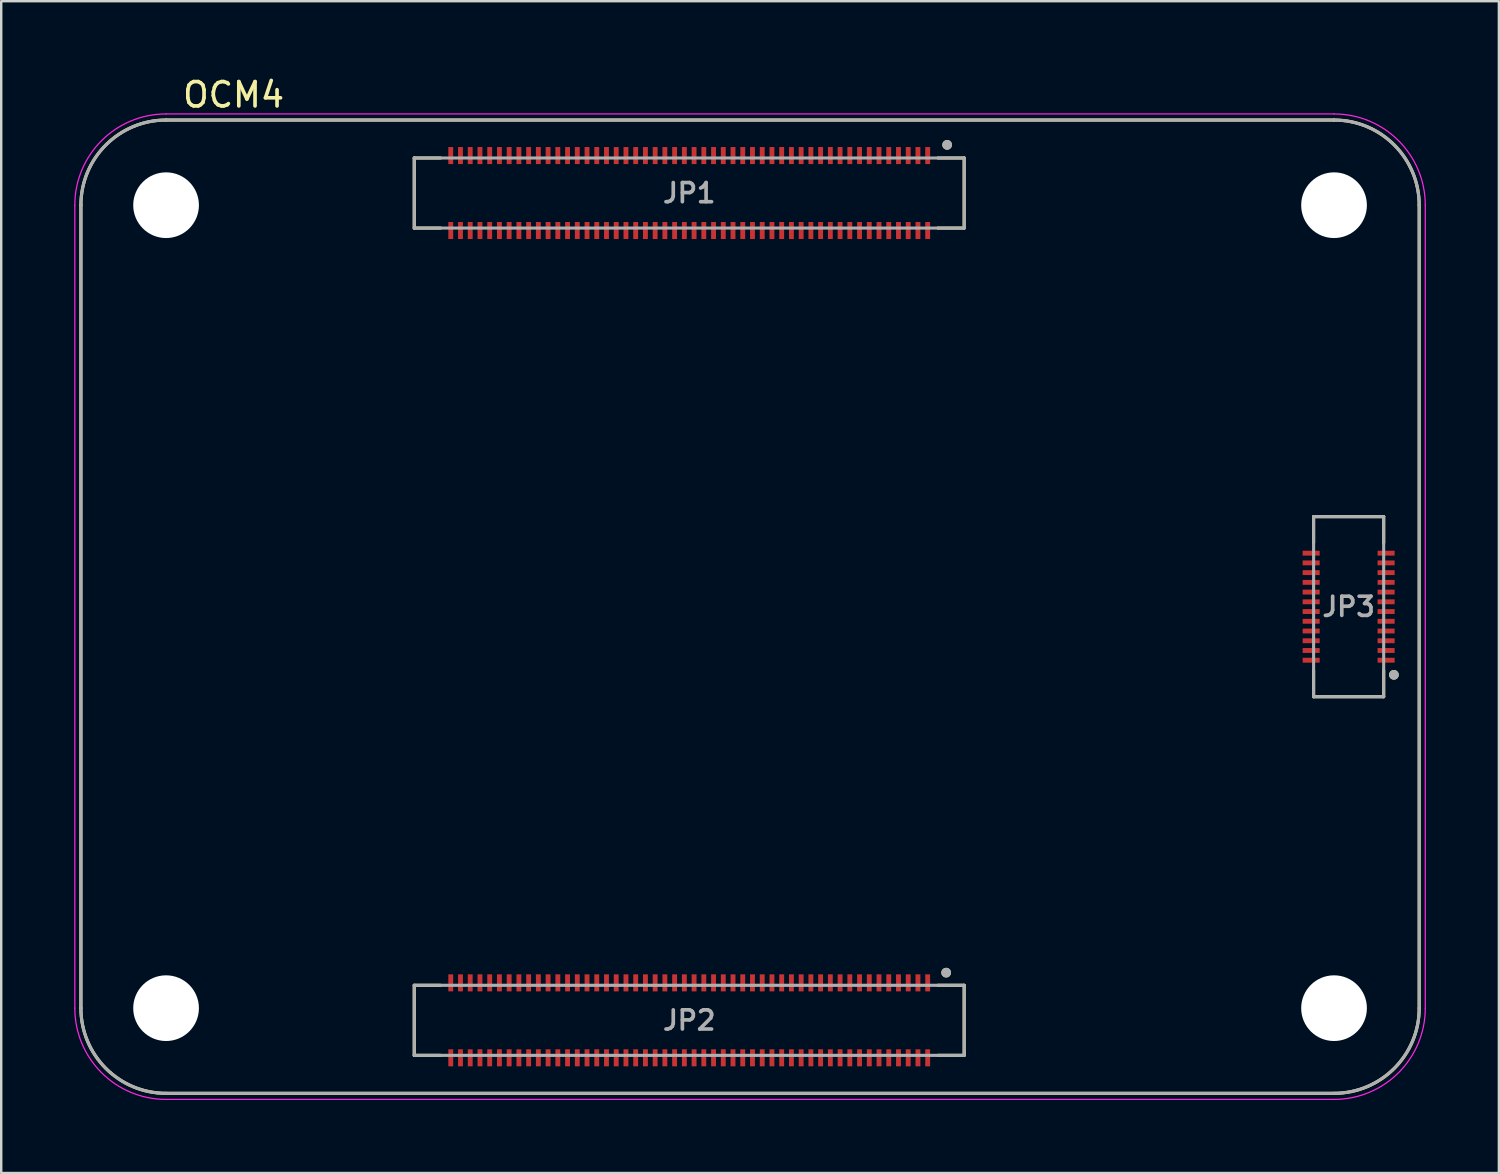
<source format=kicad_pcb>
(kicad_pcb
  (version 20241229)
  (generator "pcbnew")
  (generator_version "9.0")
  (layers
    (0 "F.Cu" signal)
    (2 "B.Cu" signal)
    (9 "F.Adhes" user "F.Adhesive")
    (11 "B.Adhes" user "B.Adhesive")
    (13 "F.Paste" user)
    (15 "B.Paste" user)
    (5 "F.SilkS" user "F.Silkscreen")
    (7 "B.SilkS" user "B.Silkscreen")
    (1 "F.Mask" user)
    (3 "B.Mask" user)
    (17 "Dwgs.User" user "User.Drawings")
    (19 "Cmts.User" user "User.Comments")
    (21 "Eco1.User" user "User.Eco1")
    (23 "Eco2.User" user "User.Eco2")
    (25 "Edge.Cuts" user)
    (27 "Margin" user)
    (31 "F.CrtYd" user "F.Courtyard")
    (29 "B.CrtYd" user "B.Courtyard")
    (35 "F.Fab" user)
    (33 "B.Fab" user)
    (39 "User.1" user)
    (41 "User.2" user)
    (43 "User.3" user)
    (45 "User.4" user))
  (footprint "OCM4"
    (layer "F.Cu")
    (at 27.775 21.883)
    (property "Reference" "OCM4" (at -21.225 -21.035 0) (layer "F.SilkS") (effects (font (size 1 1) (thickness 0.15))))
    (attr smd)
    (fp_line (start -27.5 -16.5) (end -27.5 16.5) (stroke (width 0.127) (type solid)) (layer "F.SilkS"))
    (fp_line (start -24 20) (end 24 20) (stroke (width 0.127) (type solid)) (layer "F.SilkS"))
    (fp_line (start -13.8 -18.44) (end -13.8 -15.56) (stroke (width 0.127) (type solid)) (layer "F.SilkS"))
    (fp_line (start -13.8 -15.56) (end -12.72 -15.56) (stroke (width 0.127) (type solid)) (layer "F.SilkS"))
    (fp_line (start -13.8 15.56) (end -13.8 18.44) (stroke (width 0.127) (type solid)) (layer "F.SilkS"))
    (fp_line (start -13.8 18.44) (end -12.72 18.44) (stroke (width 0.127) (type solid)) (layer "F.SilkS"))
    (fp_line (start -12.72 -18.44) (end -13.8 -18.44) (stroke (width 0.127) (type solid)) (layer "F.SilkS"))
    (fp_line (start -12.72 15.56) (end -13.8 15.56) (stroke (width 0.127) (type solid)) (layer "F.SilkS"))
    (fp_line (start 8.8 -18.44) (end 7.72 -18.44) (stroke (width 0.127) (type solid)) (layer "F.SilkS"))
    (fp_line (start 8.8 -18.44) (end 8.8 -15.56) (stroke (width 0.127) (type solid)) (layer "F.SilkS"))
    (fp_line (start 8.8 -15.56) (end 7.72 -15.56) (stroke (width 0.127) (type solid)) (layer "F.SilkS"))
    (fp_line (start 8.8 15.56) (end 7.72 15.56) (stroke (width 0.127) (type solid)) (layer "F.SilkS"))
    (fp_line (start 8.8 15.56) (end 8.8 18.44) (stroke (width 0.127) (type solid)) (layer "F.SilkS"))
    (fp_line (start 8.8 18.44) (end 7.72 18.44) (stroke (width 0.127) (type solid)) (layer "F.SilkS"))
    (fp_line (start 23.16 -3.7) (end 26.04 -3.7) (stroke (width 0.127) (type solid)) (layer "F.SilkS"))
    (fp_line (start 23.16 -2.62) (end 23.16 -3.7) (stroke (width 0.127) (type solid)) (layer "F.SilkS"))
    (fp_line (start 23.16 2.62) (end 23.16 3.7) (stroke (width 0.127) (type solid)) (layer "F.SilkS"))
    (fp_line (start 23.16 3.7) (end 26.04 3.7) (stroke (width 0.127) (type solid)) (layer "F.SilkS"))
    (fp_line (start 24 -20) (end -24 -20) (stroke (width 0.127) (type solid)) (layer "F.SilkS"))
    (fp_line (start 26.04 -3.7) (end 26.04 -2.62) (stroke (width 0.127) (type solid)) (layer "F.SilkS"))
    (fp_line (start 26.04 3.7) (end 26.04 2.62) (stroke (width 0.127) (type solid)) (layer "F.SilkS"))
    (fp_line (start 27.5 16.5) (end 27.5 -16.5) (stroke (width 0.127) (type solid)) (layer "F.SilkS"))
    (fp_arc (start -27.5 -16.5) (mid -26.474874 -18.974874) (end -24 -20) (stroke (width 0.127) (type solid)) (layer "F.SilkS"))
    (fp_arc (start -24 20) (mid -26.474874 18.974874) (end -27.5 16.5) (stroke (width 0.127) (type solid)) (layer "F.SilkS"))
    (fp_arc (start 24 -20) (mid 26.474874 -18.974874) (end 27.5 -16.5) (stroke (width 0.127) (type solid)) (layer "F.SilkS"))
    (fp_arc (start 27.5 16.5) (mid 26.474874 18.974874) (end 24 20) (stroke (width 0.127) (type solid)) (layer "F.SilkS"))
    (fp_circle (center 8.06 15.04) (end 8.16 15.04) (stroke (width 0.2) (type solid)) (fill no) (layer "F.SilkS"))
    (fp_circle (center 8.1 -18.98) (end 8.2 -18.98) (stroke (width 0.2) (type solid)) (fill no) (layer "F.SilkS"))
    (fp_circle (center 26.46 2.8) (end 26.56 2.8) (stroke (width 0.2) (type solid)) (fill no) (layer "F.SilkS"))
    (fp_poly (pts (xy -12.389 -18.853) (xy -12.21 -18.853) (xy -12.21 -18.227) (xy -12.389 -18.227)) (stroke (width 0.01) (type solid)) (fill yes) (layer "F.Paste"))
    (fp_poly (pts (xy -12.389 -15.773) (xy -12.21 -15.773) (xy -12.21 -15.147) (xy -12.389 -15.147)) (stroke (width 0.01) (type solid)) (fill yes) (layer "F.Paste"))
    (fp_poly (pts (xy -12.389 15.147) (xy -12.21 15.147) (xy -12.21 15.773) (xy -12.389 15.773)) (stroke (width 0.01) (type solid)) (fill yes) (layer "F.Paste"))
    (fp_poly (pts (xy -12.389 18.227) (xy -12.21 18.227) (xy -12.21 18.853) (xy -12.389 18.853)) (stroke (width 0.01) (type solid)) (fill yes) (layer "F.Paste"))
    (fp_poly (pts (xy -11.989 -18.853) (xy -11.81 -18.853) (xy -11.81 -18.227) (xy -11.989 -18.227)) (stroke (width 0.01) (type solid)) (fill yes) (layer "F.Paste"))
    (fp_poly (pts (xy -11.989 -15.773) (xy -11.81 -15.773) (xy -11.81 -15.147) (xy -11.989 -15.147)) (stroke (width 0.01) (type solid)) (fill yes) (layer "F.Paste"))
    (fp_poly (pts (xy -11.989 15.147) (xy -11.81 15.147) (xy -11.81 15.773) (xy -11.989 15.773)) (stroke (width 0.01) (type solid)) (fill yes) (layer "F.Paste"))
    (fp_poly (pts (xy -11.989 18.227) (xy -11.81 18.227) (xy -11.81 18.853) (xy -11.989 18.853)) (stroke (width 0.01) (type solid)) (fill yes) (layer "F.Paste"))
    (fp_poly (pts (xy -11.589 -18.853) (xy -11.411 -18.853) (xy -11.411 -18.227) (xy -11.589 -18.227)) (stroke (width 0.01) (type solid)) (fill yes) (layer "F.Paste"))
    (fp_poly (pts (xy -11.589 -15.773) (xy -11.411 -15.773) (xy -11.411 -15.147) (xy -11.589 -15.147)) (stroke (width 0.01) (type solid)) (fill yes) (layer "F.Paste"))
    (fp_poly (pts (xy -11.589 15.147) (xy -11.411 15.147) (xy -11.411 15.773) (xy -11.589 15.773)) (stroke (width 0.01) (type solid)) (fill yes) (layer "F.Paste"))
    (fp_poly (pts (xy -11.589 18.227) (xy -11.411 18.227) (xy -11.411 18.853) (xy -11.589 18.853)) (stroke (width 0.01) (type solid)) (fill yes) (layer "F.Paste"))
    (fp_poly (pts (xy -11.19 -18.853) (xy -11.011 -18.853) (xy -11.011 -18.227) (xy -11.19 -18.227)) (stroke (width 0.01) (type solid)) (fill yes) (layer "F.Paste"))
    (fp_poly (pts (xy -11.19 -15.773) (xy -11.011 -15.773) (xy -11.011 -15.147) (xy -11.19 -15.147)) (stroke (width 0.01) (type solid)) (fill yes) (layer "F.Paste"))
    (fp_poly (pts (xy -11.19 15.147) (xy -11.011 15.147) (xy -11.011 15.773) (xy -11.19 15.773)) (stroke (width 0.01) (type solid)) (fill yes) (layer "F.Paste"))
    (fp_poly (pts (xy -11.19 18.227) (xy -11.011 18.227) (xy -11.011 18.853) (xy -11.19 18.853)) (stroke (width 0.01) (type solid)) (fill yes) (layer "F.Paste"))
    (fp_poly (pts (xy -10.79 -18.853) (xy -10.611 -18.853) (xy -10.611 -18.227) (xy -10.79 -18.227)) (stroke (width 0.01) (type solid)) (fill yes) (layer "F.Paste"))
    (fp_poly (pts (xy -10.79 -15.773) (xy -10.611 -15.773) (xy -10.611 -15.147) (xy -10.79 -15.147)) (stroke (width 0.01) (type solid)) (fill yes) (layer "F.Paste"))
    (fp_poly (pts (xy -10.79 15.147) (xy -10.611 15.147) (xy -10.611 15.773) (xy -10.79 15.773)) (stroke (width 0.01) (type solid)) (fill yes) (layer "F.Paste"))
    (fp_poly (pts (xy -10.79 18.227) (xy -10.611 18.227) (xy -10.611 18.853) (xy -10.79 18.853)) (stroke (width 0.01) (type solid)) (fill yes) (layer "F.Paste"))
    (fp_poly (pts (xy -10.389 -18.853) (xy -10.21 -18.853) (xy -10.21 -18.227) (xy -10.389 -18.227)) (stroke (width 0.01) (type solid)) (fill yes) (layer "F.Paste"))
    (fp_poly (pts (xy -10.389 -15.773) (xy -10.21 -15.773) (xy -10.21 -15.147) (xy -10.389 -15.147)) (stroke (width 0.01) (type solid)) (fill yes) (layer "F.Paste"))
    (fp_poly (pts (xy -10.389 15.147) (xy -10.21 15.147) (xy -10.21 15.773) (xy -10.389 15.773)) (stroke (width 0.01) (type solid)) (fill yes) (layer "F.Paste"))
    (fp_poly (pts (xy -10.389 18.227) (xy -10.21 18.227) (xy -10.21 18.853) (xy -10.389 18.853)) (stroke (width 0.01) (type solid)) (fill yes) (layer "F.Paste"))
    (fp_poly (pts (xy -9.989 -18.853) (xy -9.81 -18.853) (xy -9.81 -18.227) (xy -9.989 -18.227)) (stroke (width 0.01) (type solid)) (fill yes) (layer "F.Paste"))
    (fp_poly (pts (xy -9.989 -15.773) (xy -9.81 -15.773) (xy -9.81 -15.147) (xy -9.989 -15.147)) (stroke (width 0.01) (type solid)) (fill yes) (layer "F.Paste"))
    (fp_poly (pts (xy -9.989 15.147) (xy -9.81 15.147) (xy -9.81 15.773) (xy -9.989 15.773)) (stroke (width 0.01) (type solid)) (fill yes) (layer "F.Paste"))
    (fp_poly (pts (xy -9.989 18.227) (xy -9.81 18.227) (xy -9.81 18.853) (xy -9.989 18.853)) (stroke (width 0.01) (type solid)) (fill yes) (layer "F.Paste"))
    (fp_poly (pts (xy -9.589 -18.853) (xy -9.411 -18.853) (xy -9.411 -18.227) (xy -9.589 -18.227)) (stroke (width 0.01) (type solid)) (fill yes) (layer "F.Paste"))
    (fp_poly (pts (xy -9.589 -15.773) (xy -9.411 -15.773) (xy -9.411 -15.147) (xy -9.589 -15.147)) (stroke (width 0.01) (type solid)) (fill yes) (layer "F.Paste"))
    (fp_poly (pts (xy -9.589 15.147) (xy -9.411 15.147) (xy -9.411 15.773) (xy -9.589 15.773)) (stroke (width 0.01) (type solid)) (fill yes) (layer "F.Paste"))
    (fp_poly (pts (xy -9.589 18.227) (xy -9.411 18.227) (xy -9.411 18.853) (xy -9.589 18.853)) (stroke (width 0.01) (type solid)) (fill yes) (layer "F.Paste"))
    (fp_poly (pts (xy -9.19 -18.853) (xy -9.011 -18.853) (xy -9.011 -18.227) (xy -9.19 -18.227)) (stroke (width 0.01) (type solid)) (fill yes) (layer "F.Paste"))
    (fp_poly (pts (xy -9.19 -15.773) (xy -9.011 -15.773) (xy -9.011 -15.147) (xy -9.19 -15.147)) (stroke (width 0.01) (type solid)) (fill yes) (layer "F.Paste"))
    (fp_poly (pts (xy -9.19 15.147) (xy -9.011 15.147) (xy -9.011 15.773) (xy -9.19 15.773)) (stroke (width 0.01) (type solid)) (fill yes) (layer "F.Paste"))
    (fp_poly (pts (xy -9.19 18.227) (xy -9.011 18.227) (xy -9.011 18.853) (xy -9.19 18.853)) (stroke (width 0.01) (type solid)) (fill yes) (layer "F.Paste"))
    (fp_poly (pts (xy -8.79 -18.853) (xy -8.611 -18.853) (xy -8.611 -18.227) (xy -8.79 -18.227)) (stroke (width 0.01) (type solid)) (fill yes) (layer "F.Paste"))
    (fp_poly (pts (xy -8.79 -15.773) (xy -8.611 -15.773) (xy -8.611 -15.147) (xy -8.79 -15.147)) (stroke (width 0.01) (type solid)) (fill yes) (layer "F.Paste"))
    (fp_poly (pts (xy -8.79 15.147) (xy -8.611 15.147) (xy -8.611 15.773) (xy -8.79 15.773)) (stroke (width 0.01) (type solid)) (fill yes) (layer "F.Paste"))
    (fp_poly (pts (xy -8.79 18.227) (xy -8.611 18.227) (xy -8.611 18.853) (xy -8.79 18.853)) (stroke (width 0.01) (type solid)) (fill yes) (layer "F.Paste"))
    (fp_poly (pts (xy -8.389 -18.853) (xy -8.21 -18.853) (xy -8.21 -18.227) (xy -8.389 -18.227)) (stroke (width 0.01) (type solid)) (fill yes) (layer "F.Paste"))
    (fp_poly (pts (xy -8.389 -15.773) (xy -8.21 -15.773) (xy -8.21 -15.147) (xy -8.389 -15.147)) (stroke (width 0.01) (type solid)) (fill yes) (layer "F.Paste"))
    (fp_poly (pts (xy -8.389 15.147) (xy -8.21 15.147) (xy -8.21 15.773) (xy -8.389 15.773)) (stroke (width 0.01) (type solid)) (fill yes) (layer "F.Paste"))
    (fp_poly (pts (xy -8.389 18.227) (xy -8.21 18.227) (xy -8.21 18.853) (xy -8.389 18.853)) (stroke (width 0.01) (type solid)) (fill yes) (layer "F.Paste"))
    (fp_poly (pts (xy -7.989 -18.853) (xy -7.811 -18.853) (xy -7.811 -18.227) (xy -7.989 -18.227)) (stroke (width 0.01) (type solid)) (fill yes) (layer "F.Paste"))
    (fp_poly (pts (xy -7.989 -15.773) (xy -7.811 -15.773) (xy -7.811 -15.147) (xy -7.989 -15.147)) (stroke (width 0.01) (type solid)) (fill yes) (layer "F.Paste"))
    (fp_poly (pts (xy -7.989 15.147) (xy -7.811 15.147) (xy -7.811 15.773) (xy -7.989 15.773)) (stroke (width 0.01) (type solid)) (fill yes) (layer "F.Paste"))
    (fp_poly (pts (xy -7.989 18.227) (xy -7.811 18.227) (xy -7.811 18.853) (xy -7.989 18.853)) (stroke (width 0.01) (type solid)) (fill yes) (layer "F.Paste"))
    (fp_poly (pts (xy -7.59 -18.853) (xy -7.41 -18.853) (xy -7.41 -18.227) (xy -7.59 -18.227)) (stroke (width 0.01) (type solid)) (fill yes) (layer "F.Paste"))
    (fp_poly (pts (xy -7.59 -15.773) (xy -7.41 -15.773) (xy -7.41 -15.147) (xy -7.59 -15.147)) (stroke (width 0.01) (type solid)) (fill yes) (layer "F.Paste"))
    (fp_poly (pts (xy -7.59 15.147) (xy -7.41 15.147) (xy -7.41 15.773) (xy -7.59 15.773)) (stroke (width 0.01) (type solid)) (fill yes) (layer "F.Paste"))
    (fp_poly (pts (xy -7.59 18.227) (xy -7.41 18.227) (xy -7.41 18.853) (xy -7.59 18.853)) (stroke (width 0.01) (type solid)) (fill yes) (layer "F.Paste"))
    (fp_poly (pts (xy -7.189 -18.853) (xy -7.011 -18.853) (xy -7.011 -18.227) (xy -7.189 -18.227)) (stroke (width 0.01) (type solid)) (fill yes) (layer "F.Paste"))
    (fp_poly (pts (xy -7.189 -15.773) (xy -7.011 -15.773) (xy -7.011 -15.147) (xy -7.189 -15.147)) (stroke (width 0.01) (type solid)) (fill yes) (layer "F.Paste"))
    (fp_poly (pts (xy -7.189 15.147) (xy -7.011 15.147) (xy -7.011 15.773) (xy -7.189 15.773)) (stroke (width 0.01) (type solid)) (fill yes) (layer "F.Paste"))
    (fp_poly (pts (xy -7.189 18.227) (xy -7.011 18.227) (xy -7.011 18.853) (xy -7.189 18.853)) (stroke (width 0.01) (type solid)) (fill yes) (layer "F.Paste"))
    (fp_poly (pts (xy -6.79 -18.853) (xy -6.611 -18.853) (xy -6.611 -18.227) (xy -6.79 -18.227)) (stroke (width 0.01) (type solid)) (fill yes) (layer "F.Paste"))
    (fp_poly (pts (xy -6.79 -15.773) (xy -6.611 -15.773) (xy -6.611 -15.147) (xy -6.79 -15.147)) (stroke (width 0.01) (type solid)) (fill yes) (layer "F.Paste"))
    (fp_poly (pts (xy -6.79 15.147) (xy -6.611 15.147) (xy -6.611 15.773) (xy -6.79 15.773)) (stroke (width 0.01) (type solid)) (fill yes) (layer "F.Paste"))
    (fp_poly (pts (xy -6.79 18.227) (xy -6.611 18.227) (xy -6.611 18.853) (xy -6.79 18.853)) (stroke (width 0.01) (type solid)) (fill yes) (layer "F.Paste"))
    (fp_poly (pts (xy -6.389 -18.853) (xy -6.21 -18.853) (xy -6.21 -18.227) (xy -6.389 -18.227)) (stroke (width 0.01) (type solid)) (fill yes) (layer "F.Paste"))
    (fp_poly (pts (xy -6.389 -15.773) (xy -6.21 -15.773) (xy -6.21 -15.147) (xy -6.389 -15.147)) (stroke (width 0.01) (type solid)) (fill yes) (layer "F.Paste"))
    (fp_poly (pts (xy -6.389 15.147) (xy -6.21 15.147) (xy -6.21 15.773) (xy -6.389 15.773)) (stroke (width 0.01) (type solid)) (fill yes) (layer "F.Paste"))
    (fp_poly (pts (xy -6.389 18.227) (xy -6.21 18.227) (xy -6.21 18.853) (xy -6.389 18.853)) (stroke (width 0.01) (type solid)) (fill yes) (layer "F.Paste"))
    (fp_poly (pts (xy -5.989 -18.853) (xy -5.811 -18.853) (xy -5.811 -18.227) (xy -5.989 -18.227)) (stroke (width 0.01) (type solid)) (fill yes) (layer "F.Paste"))
    (fp_poly (pts (xy -5.989 -15.773) (xy -5.811 -15.773) (xy -5.811 -15.147) (xy -5.989 -15.147)) (stroke (width 0.01) (type solid)) (fill yes) (layer "F.Paste"))
    (fp_poly (pts (xy -5.989 15.147) (xy -5.811 15.147) (xy -5.811 15.773) (xy -5.989 15.773)) (stroke (width 0.01) (type solid)) (fill yes) (layer "F.Paste"))
    (fp_poly (pts (xy -5.989 18.227) (xy -5.811 18.227) (xy -5.811 18.853) (xy -5.989 18.853)) (stroke (width 0.01) (type solid)) (fill yes) (layer "F.Paste"))
    (fp_poly (pts (xy -5.59 -18.853) (xy -5.41 -18.853) (xy -5.41 -18.227) (xy -5.59 -18.227)) (stroke (width 0.01) (type solid)) (fill yes) (layer "F.Paste"))
    (fp_poly (pts (xy -5.59 -15.773) (xy -5.41 -15.773) (xy -5.41 -15.147) (xy -5.59 -15.147)) (stroke (width 0.01) (type solid)) (fill yes) (layer "F.Paste"))
    (fp_poly (pts (xy -5.59 15.147) (xy -5.41 15.147) (xy -5.41 15.773) (xy -5.59 15.773)) (stroke (width 0.01) (type solid)) (fill yes) (layer "F.Paste"))
    (fp_poly (pts (xy -5.59 18.227) (xy -5.41 18.227) (xy -5.41 18.853) (xy -5.59 18.853)) (stroke (width 0.01) (type solid)) (fill yes) (layer "F.Paste"))
    (fp_poly (pts (xy -5.189 -18.853) (xy -5.011 -18.853) (xy -5.011 -18.227) (xy -5.189 -18.227)) (stroke (width 0.01) (type solid)) (fill yes) (layer "F.Paste"))
    (fp_poly (pts (xy -5.189 -15.773) (xy -5.011 -15.773) (xy -5.011 -15.147) (xy -5.189 -15.147)) (stroke (width 0.01) (type solid)) (fill yes) (layer "F.Paste"))
    (fp_poly (pts (xy -5.189 15.147) (xy -5.011 15.147) (xy -5.011 15.773) (xy -5.189 15.773)) (stroke (width 0.01) (type solid)) (fill yes) (layer "F.Paste"))
    (fp_poly (pts (xy -5.189 18.227) (xy -5.011 18.227) (xy -5.011 18.853) (xy -5.189 18.853)) (stroke (width 0.01) (type solid)) (fill yes) (layer "F.Paste"))
    (fp_poly (pts (xy -4.79 -18.853) (xy -4.611 -18.853) (xy -4.611 -18.227) (xy -4.79 -18.227)) (stroke (width 0.01) (type solid)) (fill yes) (layer "F.Paste"))
    (fp_poly (pts (xy -4.79 -15.773) (xy -4.611 -15.773) (xy -4.611 -15.147) (xy -4.79 -15.147)) (stroke (width 0.01) (type solid)) (fill yes) (layer "F.Paste"))
    (fp_poly (pts (xy -4.79 15.147) (xy -4.611 15.147) (xy -4.611 15.773) (xy -4.79 15.773)) (stroke (width 0.01) (type solid)) (fill yes) (layer "F.Paste"))
    (fp_poly (pts (xy -4.79 18.227) (xy -4.611 18.227) (xy -4.611 18.853) (xy -4.79 18.853)) (stroke (width 0.01) (type solid)) (fill yes) (layer "F.Paste"))
    (fp_poly (pts (xy -4.389 -18.853) (xy -4.21 -18.853) (xy -4.21 -18.227) (xy -4.389 -18.227)) (stroke (width 0.01) (type solid)) (fill yes) (layer "F.Paste"))
    (fp_poly (pts (xy -4.389 -15.773) (xy -4.21 -15.773) (xy -4.21 -15.147) (xy -4.389 -15.147)) (stroke (width 0.01) (type solid)) (fill yes) (layer "F.Paste"))
    (fp_poly (pts (xy -4.389 15.147) (xy -4.21 15.147) (xy -4.21 15.773) (xy -4.389 15.773)) (stroke (width 0.01) (type solid)) (fill yes) (layer "F.Paste"))
    (fp_poly (pts (xy -4.389 18.227) (xy -4.21 18.227) (xy -4.21 18.853) (xy -4.389 18.853)) (stroke (width 0.01) (type solid)) (fill yes) (layer "F.Paste"))
    (fp_poly (pts (xy -3.99 -18.853) (xy -3.811 -18.853) (xy -3.811 -18.227) (xy -3.99 -18.227)) (stroke (width 0.01) (type solid)) (fill yes) (layer "F.Paste"))
    (fp_poly (pts (xy -3.99 -15.773) (xy -3.811 -15.773) (xy -3.811 -15.147) (xy -3.99 -15.147)) (stroke (width 0.01) (type solid)) (fill yes) (layer "F.Paste"))
    (fp_poly (pts (xy -3.99 15.147) (xy -3.811 15.147) (xy -3.811 15.773) (xy -3.99 15.773)) (stroke (width 0.01) (type solid)) (fill yes) (layer "F.Paste"))
    (fp_poly (pts (xy -3.99 18.227) (xy -3.811 18.227) (xy -3.811 18.853) (xy -3.99 18.853)) (stroke (width 0.01) (type solid)) (fill yes) (layer "F.Paste"))
    (fp_poly (pts (xy -3.59 -18.853) (xy -3.41 -18.853) (xy -3.41 -18.227) (xy -3.59 -18.227)) (stroke (width 0.01) (type solid)) (fill yes) (layer "F.Paste"))
    (fp_poly (pts (xy -3.59 -15.773) (xy -3.41 -15.773) (xy -3.41 -15.147) (xy -3.59 -15.147)) (stroke (width 0.01) (type solid)) (fill yes) (layer "F.Paste"))
    (fp_poly (pts (xy -3.59 15.147) (xy -3.41 15.147) (xy -3.41 15.773) (xy -3.59 15.773)) (stroke (width 0.01) (type solid)) (fill yes) (layer "F.Paste"))
    (fp_poly (pts (xy -3.59 18.227) (xy -3.41 18.227) (xy -3.41 18.853) (xy -3.59 18.853)) (stroke (width 0.01) (type solid)) (fill yes) (layer "F.Paste"))
    (fp_poly (pts (xy -3.189 -18.853) (xy -3.01 -18.853) (xy -3.01 -18.227) (xy -3.189 -18.227)) (stroke (width 0.01) (type solid)) (fill yes) (layer "F.Paste"))
    (fp_poly (pts (xy -3.189 -15.773) (xy -3.01 -15.773) (xy -3.01 -15.147) (xy -3.189 -15.147)) (stroke (width 0.01) (type solid)) (fill yes) (layer "F.Paste"))
    (fp_poly (pts (xy -3.189 15.147) (xy -3.01 15.147) (xy -3.01 15.773) (xy -3.189 15.773)) (stroke (width 0.01) (type solid)) (fill yes) (layer "F.Paste"))
    (fp_poly (pts (xy -3.189 18.227) (xy -3.01 18.227) (xy -3.01 18.853) (xy -3.189 18.853)) (stroke (width 0.01) (type solid)) (fill yes) (layer "F.Paste"))
    (fp_poly (pts (xy -2.789 -18.853) (xy -2.611 -18.853) (xy -2.611 -18.227) (xy -2.789 -18.227)) (stroke (width 0.01) (type solid)) (fill yes) (layer "F.Paste"))
    (fp_poly (pts (xy -2.789 -15.773) (xy -2.611 -15.773) (xy -2.611 -15.147) (xy -2.789 -15.147)) (stroke (width 0.01) (type solid)) (fill yes) (layer "F.Paste"))
    (fp_poly (pts (xy -2.789 15.147) (xy -2.611 15.147) (xy -2.611 15.773) (xy -2.789 15.773)) (stroke (width 0.01) (type solid)) (fill yes) (layer "F.Paste"))
    (fp_poly (pts (xy -2.789 18.227) (xy -2.611 18.227) (xy -2.611 18.853) (xy -2.789 18.853)) (stroke (width 0.01) (type solid)) (fill yes) (layer "F.Paste"))
    (fp_poly (pts (xy -2.389 -18.853) (xy -2.211 -18.853) (xy -2.211 -18.227) (xy -2.389 -18.227)) (stroke (width 0.01) (type solid)) (fill yes) (layer "F.Paste"))
    (fp_poly (pts (xy -2.389 -15.773) (xy -2.211 -15.773) (xy -2.211 -15.147) (xy -2.389 -15.147)) (stroke (width 0.01) (type solid)) (fill yes) (layer "F.Paste"))
    (fp_poly (pts (xy -2.389 15.147) (xy -2.211 15.147) (xy -2.211 15.773) (xy -2.389 15.773)) (stroke (width 0.01) (type solid)) (fill yes) (layer "F.Paste"))
    (fp_poly (pts (xy -2.389 18.227) (xy -2.211 18.227) (xy -2.211 18.853) (xy -2.389 18.853)) (stroke (width 0.01) (type solid)) (fill yes) (layer "F.Paste"))
    (fp_poly (pts (xy -1.99 -18.853) (xy -1.81 -18.853) (xy -1.81 -18.227) (xy -1.99 -18.227)) (stroke (width 0.01) (type solid)) (fill yes) (layer "F.Paste"))
    (fp_poly (pts (xy -1.99 -15.773) (xy -1.81 -15.773) (xy -1.81 -15.147) (xy -1.99 -15.147)) (stroke (width 0.01) (type solid)) (fill yes) (layer "F.Paste"))
    (fp_poly (pts (xy -1.99 15.147) (xy -1.81 15.147) (xy -1.81 15.773) (xy -1.99 15.773)) (stroke (width 0.01) (type solid)) (fill yes) (layer "F.Paste"))
    (fp_poly (pts (xy -1.99 18.227) (xy -1.81 18.227) (xy -1.81 18.853) (xy -1.99 18.853)) (stroke (width 0.01) (type solid)) (fill yes) (layer "F.Paste"))
    (fp_poly (pts (xy -1.589 -18.853) (xy -1.411 -18.853) (xy -1.411 -18.227) (xy -1.589 -18.227)) (stroke (width 0.01) (type solid)) (fill yes) (layer "F.Paste"))
    (fp_poly (pts (xy -1.589 -15.773) (xy -1.411 -15.773) (xy -1.411 -15.147) (xy -1.589 -15.147)) (stroke (width 0.01) (type solid)) (fill yes) (layer "F.Paste"))
    (fp_poly (pts (xy -1.589 15.147) (xy -1.411 15.147) (xy -1.411 15.773) (xy -1.589 15.773)) (stroke (width 0.01) (type solid)) (fill yes) (layer "F.Paste"))
    (fp_poly (pts (xy -1.589 18.227) (xy -1.411 18.227) (xy -1.411 18.853) (xy -1.589 18.853)) (stroke (width 0.01) (type solid)) (fill yes) (layer "F.Paste"))
    (fp_poly (pts (xy -1.19 -18.853) (xy -1.01 -18.853) (xy -1.01 -18.227) (xy -1.19 -18.227)) (stroke (width 0.01) (type solid)) (fill yes) (layer "F.Paste"))
    (fp_poly (pts (xy -1.19 -15.773) (xy -1.01 -15.773) (xy -1.01 -15.147) (xy -1.19 -15.147)) (stroke (width 0.01) (type solid)) (fill yes) (layer "F.Paste"))
    (fp_poly (pts (xy -1.19 15.147) (xy -1.01 15.147) (xy -1.01 15.773) (xy -1.19 15.773)) (stroke (width 0.01) (type solid)) (fill yes) (layer "F.Paste"))
    (fp_poly (pts (xy -1.19 18.227) (xy -1.01 18.227) (xy -1.01 18.853) (xy -1.19 18.853)) (stroke (width 0.01) (type solid)) (fill yes) (layer "F.Paste"))
    (fp_poly (pts (xy -0.789 -18.853) (xy -0.611 -18.853) (xy -0.611 -18.227) (xy -0.789 -18.227)) (stroke (width 0.01) (type solid)) (fill yes) (layer "F.Paste"))
    (fp_poly (pts (xy -0.789 -15.773) (xy -0.611 -15.773) (xy -0.611 -15.147) (xy -0.789 -15.147)) (stroke (width 0.01) (type solid)) (fill yes) (layer "F.Paste"))
    (fp_poly (pts (xy -0.789 15.147) (xy -0.611 15.147) (xy -0.611 15.773) (xy -0.789 15.773)) (stroke (width 0.01) (type solid)) (fill yes) (layer "F.Paste"))
    (fp_poly (pts (xy -0.789 18.227) (xy -0.611 18.227) (xy -0.611 18.853) (xy -0.789 18.853)) (stroke (width 0.01) (type solid)) (fill yes) (layer "F.Paste"))
    (fp_poly (pts (xy -0.39 -18.853) (xy -0.21 -18.853) (xy -0.21 -18.227) (xy -0.39 -18.227)) (stroke (width 0.01) (type solid)) (fill yes) (layer "F.Paste"))
    (fp_poly (pts (xy -0.39 -15.773) (xy -0.21 -15.773) (xy -0.21 -15.147) (xy -0.39 -15.147)) (stroke (width 0.01) (type solid)) (fill yes) (layer "F.Paste"))
    (fp_poly (pts (xy -0.39 15.147) (xy -0.21 15.147) (xy -0.21 15.773) (xy -0.39 15.773)) (stroke (width 0.01) (type solid)) (fill yes) (layer "F.Paste"))
    (fp_poly (pts (xy -0.39 18.227) (xy -0.21 18.227) (xy -0.21 18.853) (xy -0.39 18.853)) (stroke (width 0.01) (type solid)) (fill yes) (layer "F.Paste"))
    (fp_poly (pts (xy 0.011 -18.853) (xy 0.19 -18.853) (xy 0.19 -18.227) (xy 0.011 -18.227)) (stroke (width 0.01) (type solid)) (fill yes) (layer "F.Paste"))
    (fp_poly (pts (xy 0.011 -15.773) (xy 0.19 -15.773) (xy 0.19 -15.147) (xy 0.011 -15.147)) (stroke (width 0.01) (type solid)) (fill yes) (layer "F.Paste"))
    (fp_poly (pts (xy 0.011 15.147) (xy 0.19 15.147) (xy 0.19 15.773) (xy 0.011 15.773)) (stroke (width 0.01) (type solid)) (fill yes) (layer "F.Paste"))
    (fp_poly (pts (xy 0.011 18.227) (xy 0.19 18.227) (xy 0.19 18.853) (xy 0.011 18.853)) (stroke (width 0.01) (type solid)) (fill yes) (layer "F.Paste"))
    (fp_poly (pts (xy 0.41 -18.853) (xy 0.59 -18.853) (xy 0.59 -18.227) (xy 0.41 -18.227)) (stroke (width 0.01) (type solid)) (fill yes) (layer "F.Paste"))
    (fp_poly (pts (xy 0.41 -15.773) (xy 0.59 -15.773) (xy 0.59 -15.147) (xy 0.41 -15.147)) (stroke (width 0.01) (type solid)) (fill yes) (layer "F.Paste"))
    (fp_poly (pts (xy 0.41 15.147) (xy 0.59 15.147) (xy 0.59 15.773) (xy 0.41 15.773)) (stroke (width 0.01) (type solid)) (fill yes) (layer "F.Paste"))
    (fp_poly (pts (xy 0.41 18.227) (xy 0.59 18.227) (xy 0.59 18.853) (xy 0.41 18.853)) (stroke (width 0.01) (type solid)) (fill yes) (layer "F.Paste"))
    (fp_poly (pts (xy 0.81 -18.853) (xy 0.99 -18.853) (xy 0.99 -18.227) (xy 0.81 -18.227)) (stroke (width 0.01) (type solid)) (fill yes) (layer "F.Paste"))
    (fp_poly (pts (xy 0.81 -15.773) (xy 0.99 -15.773) (xy 0.99 -15.147) (xy 0.81 -15.147)) (stroke (width 0.01) (type solid)) (fill yes) (layer "F.Paste"))
    (fp_poly (pts (xy 0.81 15.147) (xy 0.99 15.147) (xy 0.99 15.773) (xy 0.81 15.773)) (stroke (width 0.01) (type solid)) (fill yes) (layer "F.Paste"))
    (fp_poly (pts (xy 0.81 18.227) (xy 0.99 18.227) (xy 0.99 18.853) (xy 0.81 18.853)) (stroke (width 0.01) (type solid)) (fill yes) (layer "F.Paste"))
    (fp_poly (pts (xy 1.21 -18.853) (xy 1.389 -18.853) (xy 1.389 -18.227) (xy 1.21 -18.227)) (stroke (width 0.01) (type solid)) (fill yes) (layer "F.Paste"))
    (fp_poly (pts (xy 1.21 -15.773) (xy 1.389 -15.773) (xy 1.389 -15.147) (xy 1.21 -15.147)) (stroke (width 0.01) (type solid)) (fill yes) (layer "F.Paste"))
    (fp_poly (pts (xy 1.21 15.147) (xy 1.389 15.147) (xy 1.389 15.773) (xy 1.21 15.773)) (stroke (width 0.01) (type solid)) (fill yes) (layer "F.Paste"))
    (fp_poly (pts (xy 1.21 18.227) (xy 1.389 18.227) (xy 1.389 18.853) (xy 1.21 18.853)) (stroke (width 0.01) (type solid)) (fill yes) (layer "F.Paste"))
    (fp_poly (pts (xy 1.611 -18.853) (xy 1.79 -18.853) (xy 1.79 -18.227) (xy 1.611 -18.227)) (stroke (width 0.01) (type solid)) (fill yes) (layer "F.Paste"))
    (fp_poly (pts (xy 1.611 -15.773) (xy 1.79 -15.773) (xy 1.79 -15.147) (xy 1.611 -15.147)) (stroke (width 0.01) (type solid)) (fill yes) (layer "F.Paste"))
    (fp_poly (pts (xy 1.611 15.147) (xy 1.79 15.147) (xy 1.79 15.773) (xy 1.611 15.773)) (stroke (width 0.01) (type solid)) (fill yes) (layer "F.Paste"))
    (fp_poly (pts (xy 1.611 18.227) (xy 1.79 18.227) (xy 1.79 18.853) (xy 1.611 18.853)) (stroke (width 0.01) (type solid)) (fill yes) (layer "F.Paste"))
    (fp_poly (pts (xy 2.01 -18.853) (xy 2.189 -18.853) (xy 2.189 -18.227) (xy 2.01 -18.227)) (stroke (width 0.01) (type solid)) (fill yes) (layer "F.Paste"))
    (fp_poly (pts (xy 2.01 -15.773) (xy 2.189 -15.773) (xy 2.189 -15.147) (xy 2.01 -15.147)) (stroke (width 0.01) (type solid)) (fill yes) (layer "F.Paste"))
    (fp_poly (pts (xy 2.01 15.147) (xy 2.189 15.147) (xy 2.189 15.773) (xy 2.01 15.773)) (stroke (width 0.01) (type solid)) (fill yes) (layer "F.Paste"))
    (fp_poly (pts (xy 2.01 18.227) (xy 2.189 18.227) (xy 2.189 18.853) (xy 2.01 18.853)) (stroke (width 0.01) (type solid)) (fill yes) (layer "F.Paste"))
    (fp_poly (pts (xy 2.41 -18.853) (xy 2.59 -18.853) (xy 2.59 -18.227) (xy 2.41 -18.227)) (stroke (width 0.01) (type solid)) (fill yes) (layer "F.Paste"))
    (fp_poly (pts (xy 2.41 -15.773) (xy 2.59 -15.773) (xy 2.59 -15.147) (xy 2.41 -15.147)) (stroke (width 0.01) (type solid)) (fill yes) (layer "F.Paste"))
    (fp_poly (pts (xy 2.41 15.147) (xy 2.59 15.147) (xy 2.59 15.773) (xy 2.41 15.773)) (stroke (width 0.01) (type solid)) (fill yes) (layer "F.Paste"))
    (fp_poly (pts (xy 2.41 18.227) (xy 2.59 18.227) (xy 2.59 18.853) (xy 2.41 18.853)) (stroke (width 0.01) (type solid)) (fill yes) (layer "F.Paste"))
    (fp_poly (pts (xy 2.811 -18.853) (xy 2.99 -18.853) (xy 2.99 -18.227) (xy 2.811 -18.227)) (stroke (width 0.01) (type solid)) (fill yes) (layer "F.Paste"))
    (fp_poly (pts (xy 2.811 -15.773) (xy 2.99 -15.773) (xy 2.99 -15.147) (xy 2.811 -15.147)) (stroke (width 0.01) (type solid)) (fill yes) (layer "F.Paste"))
    (fp_poly (pts (xy 2.811 15.147) (xy 2.99 15.147) (xy 2.99 15.773) (xy 2.811 15.773)) (stroke (width 0.01) (type solid)) (fill yes) (layer "F.Paste"))
    (fp_poly (pts (xy 2.811 18.227) (xy 2.99 18.227) (xy 2.99 18.853) (xy 2.811 18.853)) (stroke (width 0.01) (type solid)) (fill yes) (layer "F.Paste"))
    (fp_poly (pts (xy 3.211 -18.853) (xy 3.389 -18.853) (xy 3.389 -18.227) (xy 3.211 -18.227)) (stroke (width 0.01) (type solid)) (fill yes) (layer "F.Paste"))
    (fp_poly (pts (xy 3.211 -15.773) (xy 3.389 -15.773) (xy 3.389 -15.147) (xy 3.211 -15.147)) (stroke (width 0.01) (type solid)) (fill yes) (layer "F.Paste"))
    (fp_poly (pts (xy 3.211 15.147) (xy 3.389 15.147) (xy 3.389 15.773) (xy 3.211 15.773)) (stroke (width 0.01) (type solid)) (fill yes) (layer "F.Paste"))
    (fp_poly (pts (xy 3.211 18.227) (xy 3.389 18.227) (xy 3.389 18.853) (xy 3.211 18.853)) (stroke (width 0.01) (type solid)) (fill yes) (layer "F.Paste"))
    (fp_poly (pts (xy 3.611 -18.853) (xy 3.789 -18.853) (xy 3.789 -18.227) (xy 3.611 -18.227)) (stroke (width 0.01) (type solid)) (fill yes) (layer "F.Paste"))
    (fp_poly (pts (xy 3.611 -15.773) (xy 3.789 -15.773) (xy 3.789 -15.147) (xy 3.611 -15.147)) (stroke (width 0.01) (type solid)) (fill yes) (layer "F.Paste"))
    (fp_poly (pts (xy 3.611 15.147) (xy 3.789 15.147) (xy 3.789 15.773) (xy 3.611 15.773)) (stroke (width 0.01) (type solid)) (fill yes) (layer "F.Paste"))
    (fp_poly (pts (xy 3.611 18.227) (xy 3.789 18.227) (xy 3.789 18.853) (xy 3.611 18.853)) (stroke (width 0.01) (type solid)) (fill yes) (layer "F.Paste"))
    (fp_poly (pts (xy 4.011 -18.853) (xy 4.189 -18.853) (xy 4.189 -18.227) (xy 4.011 -18.227)) (stroke (width 0.01) (type solid)) (fill yes) (layer "F.Paste"))
    (fp_poly (pts (xy 4.011 -15.773) (xy 4.189 -15.773) (xy 4.189 -15.147) (xy 4.011 -15.147)) (stroke (width 0.01) (type solid)) (fill yes) (layer "F.Paste"))
    (fp_poly (pts (xy 4.011 15.147) (xy 4.189 15.147) (xy 4.189 15.773) (xy 4.011 15.773)) (stroke (width 0.01) (type solid)) (fill yes) (layer "F.Paste"))
    (fp_poly (pts (xy 4.011 18.227) (xy 4.189 18.227) (xy 4.189 18.853) (xy 4.011 18.853)) (stroke (width 0.01) (type solid)) (fill yes) (layer "F.Paste"))
    (fp_poly (pts (xy 4.41 -18.853) (xy 4.59 -18.853) (xy 4.59 -18.227) (xy 4.41 -18.227)) (stroke (width 0.01) (type solid)) (fill yes) (layer "F.Paste"))
    (fp_poly (pts (xy 4.41 -15.773) (xy 4.59 -15.773) (xy 4.59 -15.147) (xy 4.41 -15.147)) (stroke (width 0.01) (type solid)) (fill yes) (layer "F.Paste"))
    (fp_poly (pts (xy 4.41 15.147) (xy 4.59 15.147) (xy 4.59 15.773) (xy 4.41 15.773)) (stroke (width 0.01) (type solid)) (fill yes) (layer "F.Paste"))
    (fp_poly (pts (xy 4.41 18.227) (xy 4.59 18.227) (xy 4.59 18.853) (xy 4.41 18.853)) (stroke (width 0.01) (type solid)) (fill yes) (layer "F.Paste"))
    (fp_poly (pts (xy 4.811 -18.853) (xy 4.989 -18.853) (xy 4.989 -18.227) (xy 4.811 -18.227)) (stroke (width 0.01) (type solid)) (fill yes) (layer "F.Paste"))
    (fp_poly (pts (xy 4.811 -15.773) (xy 4.989 -15.773) (xy 4.989 -15.147) (xy 4.811 -15.147)) (stroke (width 0.01) (type solid)) (fill yes) (layer "F.Paste"))
    (fp_poly (pts (xy 4.811 15.147) (xy 4.989 15.147) (xy 4.989 15.773) (xy 4.811 15.773)) (stroke (width 0.01) (type solid)) (fill yes) (layer "F.Paste"))
    (fp_poly (pts (xy 4.811 18.227) (xy 4.989 18.227) (xy 4.989 18.853) (xy 4.811 18.853)) (stroke (width 0.01) (type solid)) (fill yes) (layer "F.Paste"))
    (fp_poly (pts (xy 5.21 -18.853) (xy 5.389 -18.853) (xy 5.389 -18.227) (xy 5.21 -18.227)) (stroke (width 0.01) (type solid)) (fill yes) (layer "F.Paste"))
    (fp_poly (pts (xy 5.21 -15.773) (xy 5.389 -15.773) (xy 5.389 -15.147) (xy 5.21 -15.147)) (stroke (width 0.01) (type solid)) (fill yes) (layer "F.Paste"))
    (fp_poly (pts (xy 5.21 15.147) (xy 5.389 15.147) (xy 5.389 15.773) (xy 5.21 15.773)) (stroke (width 0.01) (type solid)) (fill yes) (layer "F.Paste"))
    (fp_poly (pts (xy 5.21 18.227) (xy 5.389 18.227) (xy 5.389 18.853) (xy 5.21 18.853)) (stroke (width 0.01) (type solid)) (fill yes) (layer "F.Paste"))
    (fp_poly (pts (xy 5.611 -18.853) (xy 5.79 -18.853) (xy 5.79 -18.227) (xy 5.611 -18.227)) (stroke (width 0.01) (type solid)) (fill yes) (layer "F.Paste"))
    (fp_poly (pts (xy 5.611 -15.773) (xy 5.79 -15.773) (xy 5.79 -15.147) (xy 5.611 -15.147)) (stroke (width 0.01) (type solid)) (fill yes) (layer "F.Paste"))
    (fp_poly (pts (xy 5.611 15.147) (xy 5.79 15.147) (xy 5.79 15.773) (xy 5.611 15.773)) (stroke (width 0.01) (type solid)) (fill yes) (layer "F.Paste"))
    (fp_poly (pts (xy 5.611 18.227) (xy 5.79 18.227) (xy 5.79 18.853) (xy 5.611 18.853)) (stroke (width 0.01) (type solid)) (fill yes) (layer "F.Paste"))
    (fp_poly (pts (xy 6.011 -18.853) (xy 6.189 -18.853) (xy 6.189 -18.227) (xy 6.011 -18.227)) (stroke (width 0.01) (type solid)) (fill yes) (layer "F.Paste"))
    (fp_poly (pts (xy 6.011 -15.773) (xy 6.189 -15.773) (xy 6.189 -15.147) (xy 6.011 -15.147)) (stroke (width 0.01) (type solid)) (fill yes) (layer "F.Paste"))
    (fp_poly (pts (xy 6.011 15.147) (xy 6.189 15.147) (xy 6.189 15.773) (xy 6.011 15.773)) (stroke (width 0.01) (type solid)) (fill yes) (layer "F.Paste"))
    (fp_poly (pts (xy 6.011 18.227) (xy 6.189 18.227) (xy 6.189 18.853) (xy 6.011 18.853)) (stroke (width 0.01) (type solid)) (fill yes) (layer "F.Paste"))
    (fp_poly (pts (xy 6.41 -18.853) (xy 6.59 -18.853) (xy 6.59 -18.227) (xy 6.41 -18.227)) (stroke (width 0.01) (type solid)) (fill yes) (layer "F.Paste"))
    (fp_poly (pts (xy 6.41 -15.773) (xy 6.59 -15.773) (xy 6.59 -15.147) (xy 6.41 -15.147)) (stroke (width 0.01) (type solid)) (fill yes) (layer "F.Paste"))
    (fp_poly (pts (xy 6.41 15.147) (xy 6.59 15.147) (xy 6.59 15.773) (xy 6.41 15.773)) (stroke (width 0.01) (type solid)) (fill yes) (layer "F.Paste"))
    (fp_poly (pts (xy 6.41 18.227) (xy 6.59 18.227) (xy 6.59 18.853) (xy 6.41 18.853)) (stroke (width 0.01) (type solid)) (fill yes) (layer "F.Paste"))
    (fp_poly (pts (xy 6.811 -18.853) (xy 6.989 -18.853) (xy 6.989 -18.227) (xy 6.811 -18.227)) (stroke (width 0.01) (type solid)) (fill yes) (layer "F.Paste"))
    (fp_poly (pts (xy 6.811 -15.773) (xy 6.989 -15.773) (xy 6.989 -15.147) (xy 6.811 -15.147)) (stroke (width 0.01) (type solid)) (fill yes) (layer "F.Paste"))
    (fp_poly (pts (xy 6.811 15.147) (xy 6.989 15.147) (xy 6.989 15.773) (xy 6.811 15.773)) (stroke (width 0.01) (type solid)) (fill yes) (layer "F.Paste"))
    (fp_poly (pts (xy 6.811 18.227) (xy 6.989 18.227) (xy 6.989 18.853) (xy 6.811 18.853)) (stroke (width 0.01) (type solid)) (fill yes) (layer "F.Paste"))
    (fp_poly (pts (xy 7.21 -18.853) (xy 7.389 -18.853) (xy 7.389 -18.227) (xy 7.21 -18.227)) (stroke (width 0.01) (type solid)) (fill yes) (layer "F.Paste"))
    (fp_poly (pts (xy 7.21 -15.773) (xy 7.389 -15.773) (xy 7.389 -15.147) (xy 7.21 -15.147)) (stroke (width 0.01) (type solid)) (fill yes) (layer "F.Paste"))
    (fp_poly (pts (xy 7.21 15.147) (xy 7.389 15.147) (xy 7.389 15.773) (xy 7.21 15.773)) (stroke (width 0.01) (type solid)) (fill yes) (layer "F.Paste"))
    (fp_poly (pts (xy 7.21 18.227) (xy 7.389 18.227) (xy 7.389 18.853) (xy 7.21 18.853)) (stroke (width 0.01) (type solid)) (fill yes) (layer "F.Paste"))
    (fp_poly (pts (xy 22.747 -2.289) (xy 23.373 -2.289) (xy 23.373 -2.111) (xy 22.747 -2.111)) (stroke (width 0.01) (type solid)) (fill yes) (layer "F.Paste"))
    (fp_poly (pts (xy 22.747 -1.889) (xy 23.373 -1.889) (xy 23.373 -1.71) (xy 22.747 -1.71)) (stroke (width 0.01) (type solid)) (fill yes) (layer "F.Paste"))
    (fp_poly (pts (xy 22.747 -1.49) (xy 23.373 -1.49) (xy 23.373 -1.31) (xy 22.747 -1.31)) (stroke (width 0.01) (type solid)) (fill yes) (layer "F.Paste"))
    (fp_poly (pts (xy 22.747 -1.089) (xy 23.373 -1.089) (xy 23.373 -0.91) (xy 22.747 -0.91)) (stroke (width 0.01) (type solid)) (fill yes) (layer "F.Paste"))
    (fp_poly (pts (xy 22.747 -0.69) (xy 23.373 -0.69) (xy 23.373 -0.51) (xy 22.747 -0.51)) (stroke (width 0.01) (type solid)) (fill yes) (layer "F.Paste"))
    (fp_poly (pts (xy 22.747 -0.289) (xy 23.373 -0.289) (xy 23.373 -0.111) (xy 22.747 -0.111)) (stroke (width 0.01) (type solid)) (fill yes) (layer "F.Paste"))
    (fp_poly (pts (xy 22.747 0.111) (xy 23.373 0.111) (xy 23.373 0.289) (xy 22.747 0.289)) (stroke (width 0.01) (type solid)) (fill yes) (layer "F.Paste"))
    (fp_poly (pts (xy 22.747 0.51) (xy 23.373 0.51) (xy 23.373 0.69) (xy 22.747 0.69)) (stroke (width 0.01) (type solid)) (fill yes) (layer "F.Paste"))
    (fp_poly (pts (xy 22.747 0.91) (xy 23.373 0.91) (xy 23.373 1.089) (xy 22.747 1.089)) (stroke (width 0.01) (type solid)) (fill yes) (layer "F.Paste"))
    (fp_poly (pts (xy 22.747 1.31) (xy 23.373 1.31) (xy 23.373 1.49) (xy 22.747 1.49)) (stroke (width 0.01) (type solid)) (fill yes) (layer "F.Paste"))
    (fp_poly (pts (xy 22.747 1.71) (xy 23.373 1.71) (xy 23.373 1.889) (xy 22.747 1.889)) (stroke (width 0.01) (type solid)) (fill yes) (layer "F.Paste"))
    (fp_poly (pts (xy 22.747 2.111) (xy 23.373 2.111) (xy 23.373 2.289) (xy 22.747 2.289)) (stroke (width 0.01) (type solid)) (fill yes) (layer "F.Paste"))
    (fp_poly (pts (xy 25.827 -2.289) (xy 26.453 -2.289) (xy 26.453 -2.111) (xy 25.827 -2.111)) (stroke (width 0.01) (type solid)) (fill yes) (layer "F.Paste"))
    (fp_poly (pts (xy 25.827 -1.889) (xy 26.453 -1.889) (xy 26.453 -1.71) (xy 25.827 -1.71)) (stroke (width 0.01) (type solid)) (fill yes) (layer "F.Paste"))
    (fp_poly (pts (xy 25.827 -1.49) (xy 26.453 -1.49) (xy 26.453 -1.31) (xy 25.827 -1.31)) (stroke (width 0.01) (type solid)) (fill yes) (layer "F.Paste"))
    (fp_poly (pts (xy 25.827 -1.089) (xy 26.453 -1.089) (xy 26.453 -0.91) (xy 25.827 -0.91)) (stroke (width 0.01) (type solid)) (fill yes) (layer "F.Paste"))
    (fp_poly (pts (xy 25.827 -0.69) (xy 26.453 -0.69) (xy 26.453 -0.51) (xy 25.827 -0.51)) (stroke (width 0.01) (type solid)) (fill yes) (layer "F.Paste"))
    (fp_poly (pts (xy 25.827 -0.289) (xy 26.453 -0.289) (xy 26.453 -0.111) (xy 25.827 -0.111)) (stroke (width 0.01) (type solid)) (fill yes) (layer "F.Paste"))
    (fp_poly (pts (xy 25.827 0.111) (xy 26.453 0.111) (xy 26.453 0.289) (xy 25.827 0.289)) (stroke (width 0.01) (type solid)) (fill yes) (layer "F.Paste"))
    (fp_poly (pts (xy 25.827 0.51) (xy 26.453 0.51) (xy 26.453 0.69) (xy 25.827 0.69)) (stroke (width 0.01) (type solid)) (fill yes) (layer "F.Paste"))
    (fp_poly (pts (xy 25.827 0.91) (xy 26.453 0.91) (xy 26.453 1.089) (xy 25.827 1.089)) (stroke (width 0.01) (type solid)) (fill yes) (layer "F.Paste"))
    (fp_poly (pts (xy 25.827 1.31) (xy 26.453 1.31) (xy 26.453 1.49) (xy 25.827 1.49)) (stroke (width 0.01) (type solid)) (fill yes) (layer "F.Paste"))
    (fp_poly (pts (xy 25.827 1.71) (xy 26.453 1.71) (xy 26.453 1.889) (xy 25.827 1.889)) (stroke (width 0.01) (type solid)) (fill yes) (layer "F.Paste"))
    (fp_poly (pts (xy 25.827 2.111) (xy 26.453 2.111) (xy 26.453 2.289) (xy 25.827 2.289)) (stroke (width 0.01) (type solid)) (fill yes) (layer "F.Paste"))
    (fp_line (start -27.75 -16.5) (end -27.75 16.5) (stroke (width 0.05) (type solid)) (layer "F.CrtYd"))
    (fp_line (start -24 20.25) (end 24 20.25) (stroke (width 0.05) (type solid)) (layer "F.CrtYd"))
    (fp_line (start 24 -20.25) (end -24 -20.25) (stroke (width 0.05) (type solid)) (layer "F.CrtYd"))
    (fp_line (start 27.75 16.5) (end 27.75 -16.5) (stroke (width 0.05) (type solid)) (layer "F.CrtYd"))
    (fp_arc (start -27.75 -16.5) (mid -26.65165 -19.15165) (end -24 -20.25) (stroke (width 0.05) (type solid)) (layer "F.CrtYd"))
    (fp_arc (start -24 20.25) (mid -26.65165 19.15165) (end -27.75 16.5) (stroke (width 0.05) (type solid)) (layer "F.CrtYd"))
    (fp_arc (start 24 -20.25) (mid 26.65165 -19.15165) (end 27.75 -16.5) (stroke (width 0.05) (type solid)) (layer "F.CrtYd"))
    (fp_arc (start 27.75 16.5) (mid 26.65165 19.15165) (end 24 20.25) (stroke (width 0.05) (type solid)) (layer "F.CrtYd"))
    (fp_line (start -27.5 -16.5) (end -27.5 16.5) (stroke (width 0.127) (type solid)) (layer "F.Fab"))
    (fp_line (start -24 20) (end 24 20) (stroke (width 0.127) (type solid)) (layer "F.Fab"))
    (fp_line (start -13.8 -18.44) (end 8.8 -18.44) (stroke (width 0.127) (type solid)) (layer "F.Fab"))
    (fp_line (start -13.8 -15.56) (end -13.8 -18.44) (stroke (width 0.127) (type solid)) (layer "F.Fab"))
    (fp_line (start -13.8 15.56) (end 8.8 15.56) (stroke (width 0.127) (type solid)) (layer "F.Fab"))
    (fp_line (start -13.8 18.44) (end -13.8 15.56) (stroke (width 0.127) (type solid)) (layer "F.Fab"))
    (fp_line (start 8.8 -18.44) (end 8.8 -15.56) (stroke (width 0.127) (type solid)) (layer "F.Fab"))
    (fp_line (start 8.8 -15.56) (end -13.8 -15.56) (stroke (width 0.127) (type solid)) (layer "F.Fab"))
    (fp_line (start 8.8 15.56) (end 8.8 18.44) (stroke (width 0.127) (type solid)) (layer "F.Fab"))
    (fp_line (start 8.8 18.44) (end -13.8 18.44) (stroke (width 0.127) (type solid)) (layer "F.Fab"))
    (fp_line (start 23.16 -3.7) (end 23.16 3.7) (stroke (width 0.127) (type solid)) (layer "F.Fab"))
    (fp_line (start 23.16 3.7) (end 26.04 3.7) (stroke (width 0.127) (type solid)) (layer "F.Fab"))
    (fp_line (start 24 -20) (end -24 -20) (stroke (width 0.127) (type solid)) (layer "F.Fab"))
    (fp_line (start 26.04 -3.7) (end 23.16 -3.7) (stroke (width 0.127) (type solid)) (layer "F.Fab"))
    (fp_line (start 26.04 3.7) (end 26.04 -3.7) (stroke (width 0.127) (type solid)) (layer "F.Fab"))
    (fp_line (start 27.5 16.5) (end 27.5 -16.5) (stroke (width 0.127) (type solid)) (layer "F.Fab"))
    (fp_arc (start -27.5 -16.5) (mid -26.474874 -18.974874) (end -24 -20) (stroke (width 0.127) (type solid)) (layer "F.Fab"))
    (fp_arc (start -24 20) (mid -26.474874 18.974874) (end -27.5 16.5) (stroke (width 0.127) (type solid)) (layer "F.Fab"))
    (fp_arc (start 24 -20) (mid 26.474874 -18.974874) (end 27.5 -16.5) (stroke (width 0.127) (type solid)) (layer "F.Fab"))
    (fp_arc (start 27.5 16.5) (mid 26.474874 18.974874) (end 24 20) (stroke (width 0.127) (type solid)) (layer "F.Fab"))
    (fp_circle (center 8.06 15.04) (end 8.16 15.04) (stroke (width 0.2) (type solid)) (fill no) (layer "F.Fab"))
    (fp_circle (center 8.1 -18.98) (end 8.2 -18.98) (stroke (width 0.2) (type solid)) (fill no) (layer "F.Fab"))
    (fp_circle (center 26.46 2.8) (end 26.56 2.8) (stroke (width 0.2) (type solid)) (fill no) (layer "F.Fab"))
    (fp_text user "JP1" (at -2.5 -17 0) (layer "F.Fab") (effects (font (size 0.787 0.787) (thickness 0.15))))
    (fp_text user "JP2" (at -2.5 17 0) (layer "F.Fab") (effects (font (size 0.787 0.787) (thickness 0.15))))
    (fp_text user "JP3" (at 24.6 0 0) (layer "F.Fab") (effects (font (size 0.787 0.787) (thickness 0.15))))
    (pad "" np_thru_hole circle (at -24 -16.5) (size 2.7 2.7) (drill 2.7) (layers "*.Cu" "*.Mask"))
    (pad "" np_thru_hole circle (at -24 16.5) (size 2.7 2.7) (drill 2.7) (layers "*.Cu" "*.Mask"))
    (pad "" np_thru_hole circle (at 24 -16.5) (size 2.7 2.7) (drill 2.7) (layers "*.Cu" "*.Mask"))
    (pad "" np_thru_hole circle (at 24 16.5) (size 2.7 2.7) (drill 2.7) (layers "*.Cu" "*.Mask"))
    (pad "JP1_1" smd rect (at 7.3 -18.54) (size 0.2 0.7) (layers "F.Cu" "F.Mask"))
    (pad "JP1_2" smd rect (at 7.3 -15.46) (size 0.2 0.7) (layers "F.Cu" "F.Mask"))
    (pad "JP1_3" smd rect (at 6.9 -18.54) (size 0.2 0.7) (layers "F.Cu" "F.Mask"))
    (pad "JP1_4" smd rect (at 6.9 -15.46) (size 0.2 0.7) (layers "F.Cu" "F.Mask"))
    (pad "JP1_5" smd rect (at 6.5 -18.54) (size 0.2 0.7) (layers "F.Cu" "F.Mask"))
    (pad "JP1_6" smd rect (at 6.5 -15.46) (size 0.2 0.7) (layers "F.Cu" "F.Mask"))
    (pad "JP1_7" smd rect (at 6.1 -18.54) (size 0.2 0.7) (layers "F.Cu" "F.Mask"))
    (pad "JP1_8" smd rect (at 6.1 -15.46) (size 0.2 0.7) (layers "F.Cu" "F.Mask"))
    (pad "JP1_9" smd rect (at 5.7 -18.54) (size 0.2 0.7) (layers "F.Cu" "F.Mask"))
    (pad "JP1_10" smd rect (at 5.7 -15.46) (size 0.2 0.7) (layers "F.Cu" "F.Mask"))
    (pad "JP1_11" smd rect (at 5.3 -18.54) (size 0.2 0.7) (layers "F.Cu" "F.Mask"))
    (pad "JP1_12" smd rect (at 5.3 -15.46) (size 0.2 0.7) (layers "F.Cu" "F.Mask"))
    (pad "JP1_13" smd rect (at 4.9 -18.54) (size 0.2 0.7) (layers "F.Cu" "F.Mask"))
    (pad "JP1_14" smd rect (at 4.9 -15.46) (size 0.2 0.7) (layers "F.Cu" "F.Mask"))
    (pad "JP1_15" smd rect (at 4.5 -18.54) (size 0.2 0.7) (layers "F.Cu" "F.Mask"))
    (pad "JP1_16" smd rect (at 4.5 -15.46) (size 0.2 0.7) (layers "F.Cu" "F.Mask"))
    (pad "JP1_17" smd rect (at 4.1 -18.54) (size 0.2 0.7) (layers "F.Cu" "F.Mask"))
    (pad "JP1_18" smd rect (at 4.1 -15.46) (size 0.2 0.7) (layers "F.Cu" "F.Mask"))
    (pad "JP1_19" smd rect (at 3.7 -18.54) (size 0.2 0.7) (layers "F.Cu" "F.Mask"))
    (pad "JP1_20" smd rect (at 3.7 -15.46) (size 0.2 0.7) (layers "F.Cu" "F.Mask"))
    (pad "JP1_21" smd rect (at 3.3 -18.54) (size 0.2 0.7) (layers "F.Cu" "F.Mask"))
    (pad "JP1_22" smd rect (at 3.3 -15.46) (size 0.2 0.7) (layers "F.Cu" "F.Mask"))
    (pad "JP1_23" smd rect (at 2.9 -18.54) (size 0.2 0.7) (layers "F.Cu" "F.Mask"))
    (pad "JP1_24" smd rect (at 2.9 -15.46) (size 0.2 0.7) (layers "F.Cu" "F.Mask"))
    (pad "JP1_25" smd rect (at 2.5 -18.54) (size 0.2 0.7) (layers "F.Cu" "F.Mask"))
    (pad "JP1_26" smd rect (at 2.5 -15.46) (size 0.2 0.7) (layers "F.Cu" "F.Mask"))
    (pad "JP1_27" smd rect (at 2.1 -18.54) (size 0.2 0.7) (layers "F.Cu" "F.Mask"))
    (pad "JP1_28" smd rect (at 2.1 -15.46) (size 0.2 0.7) (layers "F.Cu" "F.Mask"))
    (pad "JP1_29" smd rect (at 1.7 -18.54) (size 0.2 0.7) (layers "F.Cu" "F.Mask"))
    (pad "JP1_30" smd rect (at 1.7 -15.46) (size 0.2 0.7) (layers "F.Cu" "F.Mask"))
    (pad "JP1_31" smd rect (at 1.3 -18.54) (size 0.2 0.7) (layers "F.Cu" "F.Mask"))
    (pad "JP1_32" smd rect (at 1.3 -15.46) (size 0.2 0.7) (layers "F.Cu" "F.Mask"))
    (pad "JP1_33" smd rect (at 0.9 -18.54) (size 0.2 0.7) (layers "F.Cu" "F.Mask"))
    (pad "JP1_34" smd rect (at 0.9 -15.46) (size 0.2 0.7) (layers "F.Cu" "F.Mask"))
    (pad "JP1_35" smd rect (at 0.5 -18.54) (size 0.2 0.7) (layers "F.Cu" "F.Mask"))
    (pad "JP1_36" smd rect (at 0.5 -15.46) (size 0.2 0.7) (layers "F.Cu" "F.Mask"))
    (pad "JP1_37" smd rect (at 0.1 -18.54) (size 0.2 0.7) (layers "F.Cu" "F.Mask"))
    (pad "JP1_38" smd rect (at 0.1 -15.46) (size 0.2 0.7) (layers "F.Cu" "F.Mask"))
    (pad "JP1_39" smd rect (at -0.3 -18.54) (size 0.2 0.7) (layers "F.Cu" "F.Mask"))
    (pad "JP1_40" smd rect (at -0.3 -15.46) (size 0.2 0.7) (layers "F.Cu" "F.Mask"))
    (pad "JP1_41" smd rect (at -0.7 -18.54) (size 0.2 0.7) (layers "F.Cu" "F.Mask"))
    (pad "JP1_42" smd rect (at -0.7 -15.46) (size 0.2 0.7) (layers "F.Cu" "F.Mask"))
    (pad "JP1_43" smd rect (at -1.1 -18.54) (size 0.2 0.7) (layers "F.Cu" "F.Mask"))
    (pad "JP1_44" smd rect (at -1.1 -15.46) (size 0.2 0.7) (layers "F.Cu" "F.Mask"))
    (pad "JP1_45" smd rect (at -1.5 -18.54) (size 0.2 0.7) (layers "F.Cu" "F.Mask"))
    (pad "JP1_46" smd rect (at -1.5 -15.46) (size 0.2 0.7) (layers "F.Cu" "F.Mask"))
    (pad "JP1_47" smd rect (at -1.9 -18.54) (size 0.2 0.7) (layers "F.Cu" "F.Mask"))
    (pad "JP1_48" smd rect (at -1.9 -15.46) (size 0.2 0.7) (layers "F.Cu" "F.Mask"))
    (pad "JP1_49" smd rect (at -2.3 -18.54) (size 0.2 0.7) (layers "F.Cu" "F.Mask"))
    (pad "JP1_50" smd rect (at -2.3 -15.46) (size 0.2 0.7) (layers "F.Cu" "F.Mask"))
    (pad "JP1_51" smd rect (at -2.7 -18.54) (size 0.2 0.7) (layers "F.Cu" "F.Mask"))
    (pad "JP1_52" smd rect (at -2.7 -15.46) (size 0.2 0.7) (layers "F.Cu" "F.Mask"))
    (pad "JP1_53" smd rect (at -3.1 -18.54) (size 0.2 0.7) (layers "F.Cu" "F.Mask"))
    (pad "JP1_54" smd rect (at -3.1 -15.46) (size 0.2 0.7) (layers "F.Cu" "F.Mask"))
    (pad "JP1_55" smd rect (at -3.5 -18.54) (size 0.2 0.7) (layers "F.Cu" "F.Mask"))
    (pad "JP1_56" smd rect (at -3.5 -15.46) (size 0.2 0.7) (layers "F.Cu" "F.Mask"))
    (pad "JP1_57" smd rect (at -3.9 -18.54) (size 0.2 0.7) (layers "F.Cu" "F.Mask"))
    (pad "JP1_58" smd rect (at -3.9 -15.46) (size 0.2 0.7) (layers "F.Cu" "F.Mask"))
    (pad "JP1_59" smd rect (at -4.3 -18.54) (size 0.2 0.7) (layers "F.Cu" "F.Mask"))
    (pad "JP1_60" smd rect (at -4.3 -15.46) (size 0.2 0.7) (layers "F.Cu" "F.Mask"))
    (pad "JP1_61" smd rect (at -4.7 -18.54) (size 0.2 0.7) (layers "F.Cu" "F.Mask"))
    (pad "JP1_62" smd rect (at -4.7 -15.46) (size 0.2 0.7) (layers "F.Cu" "F.Mask"))
    (pad "JP1_63" smd rect (at -5.1 -18.54) (size 0.2 0.7) (layers "F.Cu" "F.Mask"))
    (pad "JP1_64" smd rect (at -5.1 -15.46) (size 0.2 0.7) (layers "F.Cu" "F.Mask"))
    (pad "JP1_65" smd rect (at -5.5 -18.54) (size 0.2 0.7) (layers "F.Cu" "F.Mask"))
    (pad "JP1_66" smd rect (at -5.5 -15.46) (size 0.2 0.7) (layers "F.Cu" "F.Mask"))
    (pad "JP1_67" smd rect (at -5.9 -18.54) (size 0.2 0.7) (layers "F.Cu" "F.Mask"))
    (pad "JP1_68" smd rect (at -5.9 -15.46) (size 0.2 0.7) (layers "F.Cu" "F.Mask"))
    (pad "JP1_69" smd rect (at -6.3 -18.54) (size 0.2 0.7) (layers "F.Cu" "F.Mask"))
    (pad "JP1_70" smd rect (at -6.3 -15.46) (size 0.2 0.7) (layers "F.Cu" "F.Mask"))
    (pad "JP1_71" smd rect (at -6.7 -18.54) (size 0.2 0.7) (layers "F.Cu" "F.Mask"))
    (pad "JP1_72" smd rect (at -6.7 -15.46) (size 0.2 0.7) (layers "F.Cu" "F.Mask"))
    (pad "JP1_73" smd rect (at -7.1 -18.54) (size 0.2 0.7) (layers "F.Cu" "F.Mask"))
    (pad "JP1_74" smd rect (at -7.1 -15.46) (size 0.2 0.7) (layers "F.Cu" "F.Mask"))
    (pad "JP1_75" smd rect (at -7.5 -18.54) (size 0.2 0.7) (layers "F.Cu" "F.Mask"))
    (pad "JP1_76" smd rect (at -7.5 -15.46) (size 0.2 0.7) (layers "F.Cu" "F.Mask"))
    (pad "JP1_77" smd rect (at -7.9 -18.54) (size 0.2 0.7) (layers "F.Cu" "F.Mask"))
    (pad "JP1_78" smd rect (at -7.9 -15.46) (size 0.2 0.7) (layers "F.Cu" "F.Mask"))
    (pad "JP1_79" smd rect (at -8.3 -18.54) (size 0.2 0.7) (layers "F.Cu" "F.Mask"))
    (pad "JP1_80" smd rect (at -8.3 -15.46) (size 0.2 0.7) (layers "F.Cu" "F.Mask"))
    (pad "JP1_81" smd rect (at -8.7 -18.54) (size 0.2 0.7) (layers "F.Cu" "F.Mask"))
    (pad "JP1_82" smd rect (at -8.7 -15.46) (size 0.2 0.7) (layers "F.Cu" "F.Mask"))
    (pad "JP1_83" smd rect (at -9.1 -18.54) (size 0.2 0.7) (layers "F.Cu" "F.Mask"))
    (pad "JP1_84" smd rect (at -9.1 -15.46) (size 0.2 0.7) (layers "F.Cu" "F.Mask"))
    (pad "JP1_85" smd rect (at -9.5 -18.54) (size 0.2 0.7) (layers "F.Cu" "F.Mask"))
    (pad "JP1_86" smd rect (at -9.5 -15.46) (size 0.2 0.7) (layers "F.Cu" "F.Mask"))
    (pad "JP1_87" smd rect (at -9.9 -18.54) (size 0.2 0.7) (layers "F.Cu" "F.Mask"))
    (pad "JP1_88" smd rect (at -9.9 -15.46) (size 0.2 0.7) (layers "F.Cu" "F.Mask"))
    (pad "JP1_89" smd rect (at -10.3 -18.54) (size 0.2 0.7) (layers "F.Cu" "F.Mask"))
    (pad "JP1_90" smd rect (at -10.3 -15.46) (size 0.2 0.7) (layers "F.Cu" "F.Mask"))
    (pad "JP1_91" smd rect (at -10.7 -18.54) (size 0.2 0.7) (layers "F.Cu" "F.Mask"))
    (pad "JP1_92" smd rect (at -10.7 -15.46) (size 0.2 0.7) (layers "F.Cu" "F.Mask"))
    (pad "JP1_93" smd rect (at -11.1 -18.54) (size 0.2 0.7) (layers "F.Cu" "F.Mask"))
    (pad "JP1_94" smd rect (at -11.1 -15.46) (size 0.2 0.7) (layers "F.Cu" "F.Mask"))
    (pad "JP1_95" smd rect (at -11.5 -18.54) (size 0.2 0.7) (layers "F.Cu" "F.Mask"))
    (pad "JP1_96" smd rect (at -11.5 -15.46) (size 0.2 0.7) (layers "F.Cu" "F.Mask"))
    (pad "JP1_97" smd rect (at -11.9 -18.54) (size 0.2 0.7) (layers "F.Cu" "F.Mask"))
    (pad "JP1_98" smd rect (at -11.9 -15.46) (size 0.2 0.7) (layers "F.Cu" "F.Mask"))
    (pad "JP1_99" smd rect (at -12.3 -18.54) (size 0.2 0.7) (layers "F.Cu" "F.Mask"))
    (pad "JP1_100" smd rect (at -12.3 -15.46) (size 0.2 0.7) (layers "F.Cu" "F.Mask"))
    (pad "JP2_1" smd rect (at 7.3 15.46) (size 0.2 0.7) (layers "F.Cu" "F.Mask"))
    (pad "JP2_2" smd rect (at 7.3 18.54) (size 0.2 0.7) (layers "F.Cu" "F.Mask"))
    (pad "JP2_3" smd rect (at 6.9 15.46) (size 0.2 0.7) (layers "F.Cu" "F.Mask"))
    (pad "JP2_4" smd rect (at 6.9 18.54) (size 0.2 0.7) (layers "F.Cu" "F.Mask"))
    (pad "JP2_5" smd rect (at 6.5 15.46) (size 0.2 0.7) (layers "F.Cu" "F.Mask"))
    (pad "JP2_6" smd rect (at 6.5 18.54) (size 0.2 0.7) (layers "F.Cu" "F.Mask"))
    (pad "JP2_7" smd rect (at 6.1 15.46) (size 0.2 0.7) (layers "F.Cu" "F.Mask"))
    (pad "JP2_8" smd rect (at 6.1 18.54) (size 0.2 0.7) (layers "F.Cu" "F.Mask"))
    (pad "JP2_9" smd rect (at 5.7 15.46) (size 0.2 0.7) (layers "F.Cu" "F.Mask"))
    (pad "JP2_10" smd rect (at 5.7 18.54) (size 0.2 0.7) (layers "F.Cu" "F.Mask"))
    (pad "JP2_11" smd rect (at 5.3 15.46) (size 0.2 0.7) (layers "F.Cu" "F.Mask"))
    (pad "JP2_12" smd rect (at 5.3 18.54) (size 0.2 0.7) (layers "F.Cu" "F.Mask"))
    (pad "JP2_13" smd rect (at 4.9 15.46) (size 0.2 0.7) (layers "F.Cu" "F.Mask"))
    (pad "JP2_14" smd rect (at 4.9 18.54) (size 0.2 0.7) (layers "F.Cu" "F.Mask"))
    (pad "JP2_15" smd rect (at 4.5 15.46) (size 0.2 0.7) (layers "F.Cu" "F.Mask"))
    (pad "JP2_16" smd rect (at 4.5 18.54) (size 0.2 0.7) (layers "F.Cu" "F.Mask"))
    (pad "JP2_17" smd rect (at 4.1 15.46) (size 0.2 0.7) (layers "F.Cu" "F.Mask"))
    (pad "JP2_18" smd rect (at 4.1 18.54) (size 0.2 0.7) (layers "F.Cu" "F.Mask"))
    (pad "JP2_19" smd rect (at 3.7 15.46) (size 0.2 0.7) (layers "F.Cu" "F.Mask"))
    (pad "JP2_20" smd rect (at 3.7 18.54) (size 0.2 0.7) (layers "F.Cu" "F.Mask"))
    (pad "JP2_21" smd rect (at 3.3 15.46) (size 0.2 0.7) (layers "F.Cu" "F.Mask"))
    (pad "JP2_22" smd rect (at 3.3 18.54) (size 0.2 0.7) (layers "F.Cu" "F.Mask"))
    (pad "JP2_23" smd rect (at 2.9 15.46) (size 0.2 0.7) (layers "F.Cu" "F.Mask"))
    (pad "JP2_24" smd rect (at 2.9 18.54) (size 0.2 0.7) (layers "F.Cu" "F.Mask"))
    (pad "JP2_25" smd rect (at 2.5 15.46) (size 0.2 0.7) (layers "F.Cu" "F.Mask"))
    (pad "JP2_26" smd rect (at 2.5 18.54) (size 0.2 0.7) (layers "F.Cu" "F.Mask"))
    (pad "JP2_27" smd rect (at 2.1 15.46) (size 0.2 0.7) (layers "F.Cu" "F.Mask"))
    (pad "JP2_28" smd rect (at 2.1 18.54) (size 0.2 0.7) (layers "F.Cu" "F.Mask"))
    (pad "JP2_29" smd rect (at 1.7 15.46) (size 0.2 0.7) (layers "F.Cu" "F.Mask"))
    (pad "JP2_30" smd rect (at 1.7 18.54) (size 0.2 0.7) (layers "F.Cu" "F.Mask"))
    (pad "JP2_31" smd rect (at 1.3 15.46) (size 0.2 0.7) (layers "F.Cu" "F.Mask"))
    (pad "JP2_32" smd rect (at 1.3 18.54) (size 0.2 0.7) (layers "F.Cu" "F.Mask"))
    (pad "JP2_33" smd rect (at 0.9 15.46) (size 0.2 0.7) (layers "F.Cu" "F.Mask"))
    (pad "JP2_34" smd rect (at 0.9 18.54) (size 0.2 0.7) (layers "F.Cu" "F.Mask"))
    (pad "JP2_35" smd rect (at 0.5 15.46) (size 0.2 0.7) (layers "F.Cu" "F.Mask"))
    (pad "JP2_36" smd rect (at 0.5 18.54) (size 0.2 0.7) (layers "F.Cu" "F.Mask"))
    (pad "JP2_37" smd rect (at 0.1 15.46) (size 0.2 0.7) (layers "F.Cu" "F.Mask"))
    (pad "JP2_38" smd rect (at 0.1 18.54) (size 0.2 0.7) (layers "F.Cu" "F.Mask"))
    (pad "JP2_39" smd rect (at -0.3 15.46) (size 0.2 0.7) (layers "F.Cu" "F.Mask"))
    (pad "JP2_40" smd rect (at -0.3 18.54) (size 0.2 0.7) (layers "F.Cu" "F.Mask"))
    (pad "JP2_41" smd rect (at -0.7 15.46) (size 0.2 0.7) (layers "F.Cu" "F.Mask"))
    (pad "JP2_42" smd rect (at -0.7 18.54) (size 0.2 0.7) (layers "F.Cu" "F.Mask"))
    (pad "JP2_43" smd rect (at -1.1 15.46) (size 0.2 0.7) (layers "F.Cu" "F.Mask"))
    (pad "JP2_44" smd rect (at -1.1 18.54) (size 0.2 0.7) (layers "F.Cu" "F.Mask"))
    (pad "JP2_45" smd rect (at -1.5 15.46) (size 0.2 0.7) (layers "F.Cu" "F.Mask"))
    (pad "JP2_46" smd rect (at -1.5 18.54) (size 0.2 0.7) (layers "F.Cu" "F.Mask"))
    (pad "JP2_47" smd rect (at -1.9 15.46) (size 0.2 0.7) (layers "F.Cu" "F.Mask"))
    (pad "JP2_48" smd rect (at -1.9 18.54) (size 0.2 0.7) (layers "F.Cu" "F.Mask"))
    (pad "JP2_49" smd rect (at -2.3 15.46) (size 0.2 0.7) (layers "F.Cu" "F.Mask"))
    (pad "JP2_50" smd rect (at -2.3 18.54) (size 0.2 0.7) (layers "F.Cu" "F.Mask"))
    (pad "JP2_51" smd rect (at -2.7 15.46) (size 0.2 0.7) (layers "F.Cu" "F.Mask"))
    (pad "JP2_52" smd rect (at -2.7 18.54) (size 0.2 0.7) (layers "F.Cu" "F.Mask"))
    (pad "JP2_53" smd rect (at -3.1 15.46) (size 0.2 0.7) (layers "F.Cu" "F.Mask"))
    (pad "JP2_54" smd rect (at -3.1 18.54) (size 0.2 0.7) (layers "F.Cu" "F.Mask"))
    (pad "JP2_55" smd rect (at -3.5 15.46) (size 0.2 0.7) (layers "F.Cu" "F.Mask"))
    (pad "JP2_56" smd rect (at -3.5 18.54) (size 0.2 0.7) (layers "F.Cu" "F.Mask"))
    (pad "JP2_57" smd rect (at -3.9 15.46) (size 0.2 0.7) (layers "F.Cu" "F.Mask"))
    (pad "JP2_58" smd rect (at -3.9 18.54) (size 0.2 0.7) (layers "F.Cu" "F.Mask"))
    (pad "JP2_59" smd rect (at -4.3 15.46) (size 0.2 0.7) (layers "F.Cu" "F.Mask"))
    (pad "JP2_60" smd rect (at -4.3 18.54) (size 0.2 0.7) (layers "F.Cu" "F.Mask"))
    (pad "JP2_61" smd rect (at -4.7 15.46) (size 0.2 0.7) (layers "F.Cu" "F.Mask"))
    (pad "JP2_62" smd rect (at -4.7 18.54) (size 0.2 0.7) (layers "F.Cu" "F.Mask"))
    (pad "JP2_63" smd rect (at -5.1 15.46) (size 0.2 0.7) (layers "F.Cu" "F.Mask"))
    (pad "JP2_64" smd rect (at -5.1 18.54) (size 0.2 0.7) (layers "F.Cu" "F.Mask"))
    (pad "JP2_65" smd rect (at -5.5 15.46) (size 0.2 0.7) (layers "F.Cu" "F.Mask"))
    (pad "JP2_66" smd rect (at -5.5 18.54) (size 0.2 0.7) (layers "F.Cu" "F.Mask"))
    (pad "JP2_67" smd rect (at -5.9 15.46) (size 0.2 0.7) (layers "F.Cu" "F.Mask"))
    (pad "JP2_68" smd rect (at -5.9 18.54) (size 0.2 0.7) (layers "F.Cu" "F.Mask"))
    (pad "JP2_69" smd rect (at -6.3 15.46) (size 0.2 0.7) (layers "F.Cu" "F.Mask"))
    (pad "JP2_70" smd rect (at -6.3 18.54) (size 0.2 0.7) (layers "F.Cu" "F.Mask"))
    (pad "JP2_71" smd rect (at -6.7 15.46) (size 0.2 0.7) (layers "F.Cu" "F.Mask"))
    (pad "JP2_72" smd rect (at -6.7 18.54) (size 0.2 0.7) (layers "F.Cu" "F.Mask"))
    (pad "JP2_73" smd rect (at -7.1 15.46) (size 0.2 0.7) (layers "F.Cu" "F.Mask"))
    (pad "JP2_74" smd rect (at -7.1 18.54) (size 0.2 0.7) (layers "F.Cu" "F.Mask"))
    (pad "JP2_75" smd rect (at -7.5 15.46) (size 0.2 0.7) (layers "F.Cu" "F.Mask"))
    (pad "JP2_76" smd rect (at -7.5 18.54) (size 0.2 0.7) (layers "F.Cu" "F.Mask"))
    (pad "JP2_77" smd rect (at -7.9 15.46) (size 0.2 0.7) (layers "F.Cu" "F.Mask"))
    (pad "JP2_78" smd rect (at -7.9 18.54) (size 0.2 0.7) (layers "F.Cu" "F.Mask"))
    (pad "JP2_79" smd rect (at -8.3 15.46) (size 0.2 0.7) (layers "F.Cu" "F.Mask"))
    (pad "JP2_80" smd rect (at -8.3 18.54) (size 0.2 0.7) (layers "F.Cu" "F.Mask"))
    (pad "JP2_81" smd rect (at -8.7 15.46) (size 0.2 0.7) (layers "F.Cu" "F.Mask"))
    (pad "JP2_82" smd rect (at -8.7 18.54) (size 0.2 0.7) (layers "F.Cu" "F.Mask"))
    (pad "JP2_83" smd rect (at -9.1 15.46) (size 0.2 0.7) (layers "F.Cu" "F.Mask"))
    (pad "JP2_84" smd rect (at -9.1 18.54) (size 0.2 0.7) (layers "F.Cu" "F.Mask"))
    (pad "JP2_85" smd rect (at -9.5 15.46) (size 0.2 0.7) (layers "F.Cu" "F.Mask"))
    (pad "JP2_86" smd rect (at -9.5 18.54) (size 0.2 0.7) (layers "F.Cu" "F.Mask"))
    (pad "JP2_87" smd rect (at -9.9 15.46) (size 0.2 0.7) (layers "F.Cu" "F.Mask"))
    (pad "JP2_88" smd rect (at -9.9 18.54) (size 0.2 0.7) (layers "F.Cu" "F.Mask"))
    (pad "JP2_89" smd rect (at -10.3 15.46) (size 0.2 0.7) (layers "F.Cu" "F.Mask"))
    (pad "JP2_90" smd rect (at -10.3 18.54) (size 0.2 0.7) (layers "F.Cu" "F.Mask"))
    (pad "JP2_91" smd rect (at -10.7 15.46) (size 0.2 0.7) (layers "F.Cu" "F.Mask"))
    (pad "JP2_92" smd rect (at -10.7 18.54) (size 0.2 0.7) (layers "F.Cu" "F.Mask"))
    (pad "JP2_93" smd rect (at -11.1 15.46) (size 0.2 0.7) (layers "F.Cu" "F.Mask"))
    (pad "JP2_94" smd rect (at -11.1 18.54) (size 0.2 0.7) (layers "F.Cu" "F.Mask"))
    (pad "JP2_95" smd rect (at -11.5 15.46) (size 0.2 0.7) (layers "F.Cu" "F.Mask"))
    (pad "JP2_96" smd rect (at -11.5 18.54) (size 0.2 0.7) (layers "F.Cu" "F.Mask"))
    (pad "JP2_97" smd rect (at -11.9 15.46) (size 0.2 0.7) (layers "F.Cu" "F.Mask"))
    (pad "JP2_98" smd rect (at -11.9 18.54) (size 0.2 0.7) (layers "F.Cu" "F.Mask"))
    (pad "JP2_99" smd rect (at -12.3 15.46) (size 0.2 0.7) (layers "F.Cu" "F.Mask"))
    (pad "JP2_100" smd rect (at -12.3 18.54) (size 0.2 0.7) (layers "F.Cu" "F.Mask"))
    (pad "JP3_1" smd rect (at 26.14 2.2) (size 0.7 0.2) (layers "F.Cu" "F.Mask"))
    (pad "JP3_2" smd rect (at 23.06 2.2) (size 0.7 0.2) (layers "F.Cu" "F.Mask"))
    (pad "JP3_3" smd rect (at 26.14 1.8) (size 0.7 0.2) (layers "F.Cu" "F.Mask"))
    (pad "JP3_4" smd rect (at 23.06 1.8) (size 0.7 0.2) (layers "F.Cu" "F.Mask"))
    (pad "JP3_5" smd rect (at 26.14 1.4) (size 0.7 0.2) (layers "F.Cu" "F.Mask"))
    (pad "JP3_6" smd rect (at 23.06 1.4) (size 0.7 0.2) (layers "F.Cu" "F.Mask"))
    (pad "JP3_7" smd rect (at 26.14 1) (size 0.7 0.2) (layers "F.Cu" "F.Mask"))
    (pad "JP3_8" smd rect (at 23.06 1) (size 0.7 0.2) (layers "F.Cu" "F.Mask"))
    (pad "JP3_9" smd rect (at 26.14 0.6) (size 0.7 0.2) (layers "F.Cu" "F.Mask"))
    (pad "JP3_10" smd rect (at 23.06 0.6) (size 0.7 0.2) (layers "F.Cu" "F.Mask"))
    (pad "JP3_11" smd rect (at 26.14 0.2) (size 0.7 0.2) (layers "F.Cu" "F.Mask"))
    (pad "JP3_12" smd rect (at 23.06 0.2) (size 0.7 0.2) (layers "F.Cu" "F.Mask"))
    (pad "JP3_13" smd rect (at 26.14 -0.2) (size 0.7 0.2) (layers "F.Cu" "F.Mask"))
    (pad "JP3_14" smd rect (at 23.06 -0.2) (size 0.7 0.2) (layers "F.Cu" "F.Mask"))
    (pad "JP3_15" smd rect (at 26.14 -0.6) (size 0.7 0.2) (layers "F.Cu" "F.Mask"))
    (pad "JP3_16" smd rect (at 23.06 -0.6) (size 0.7 0.2) (layers "F.Cu" "F.Mask"))
    (pad "JP3_17" smd rect (at 26.14 -1) (size 0.7 0.2) (layers "F.Cu" "F.Mask"))
    (pad "JP3_18" smd rect (at 23.06 -1) (size 0.7 0.2) (layers "F.Cu" "F.Mask"))
    (pad "JP3_19" smd rect (at 26.14 -1.4) (size 0.7 0.2) (layers "F.Cu" "F.Mask"))
    (pad "JP3_20" smd rect (at 23.06 -1.4) (size 0.7 0.2) (layers "F.Cu" "F.Mask"))
    (pad "JP3_21" smd rect (at 26.14 -1.8) (size 0.7 0.2) (layers "F.Cu" "F.Mask"))
    (pad "JP3_22" smd rect (at 23.06 -1.8) (size 0.7 0.2) (layers "F.Cu" "F.Mask"))
    (pad "JP3_23" smd rect (at 26.14 -2.2) (size 0.7 0.2) (layers "F.Cu" "F.Mask"))
    (pad "JP3_24" smd rect (at 23.06 -2.2) (size 0.7 0.2) (layers "F.Cu" "F.Mask")))
  (gr_rect
    (start -3 -3)
    (end 58.55 45.158)
    (stroke (width 0.1) (type default))
    (fill no)
    (layer "Edge.Cuts")))
</source>
